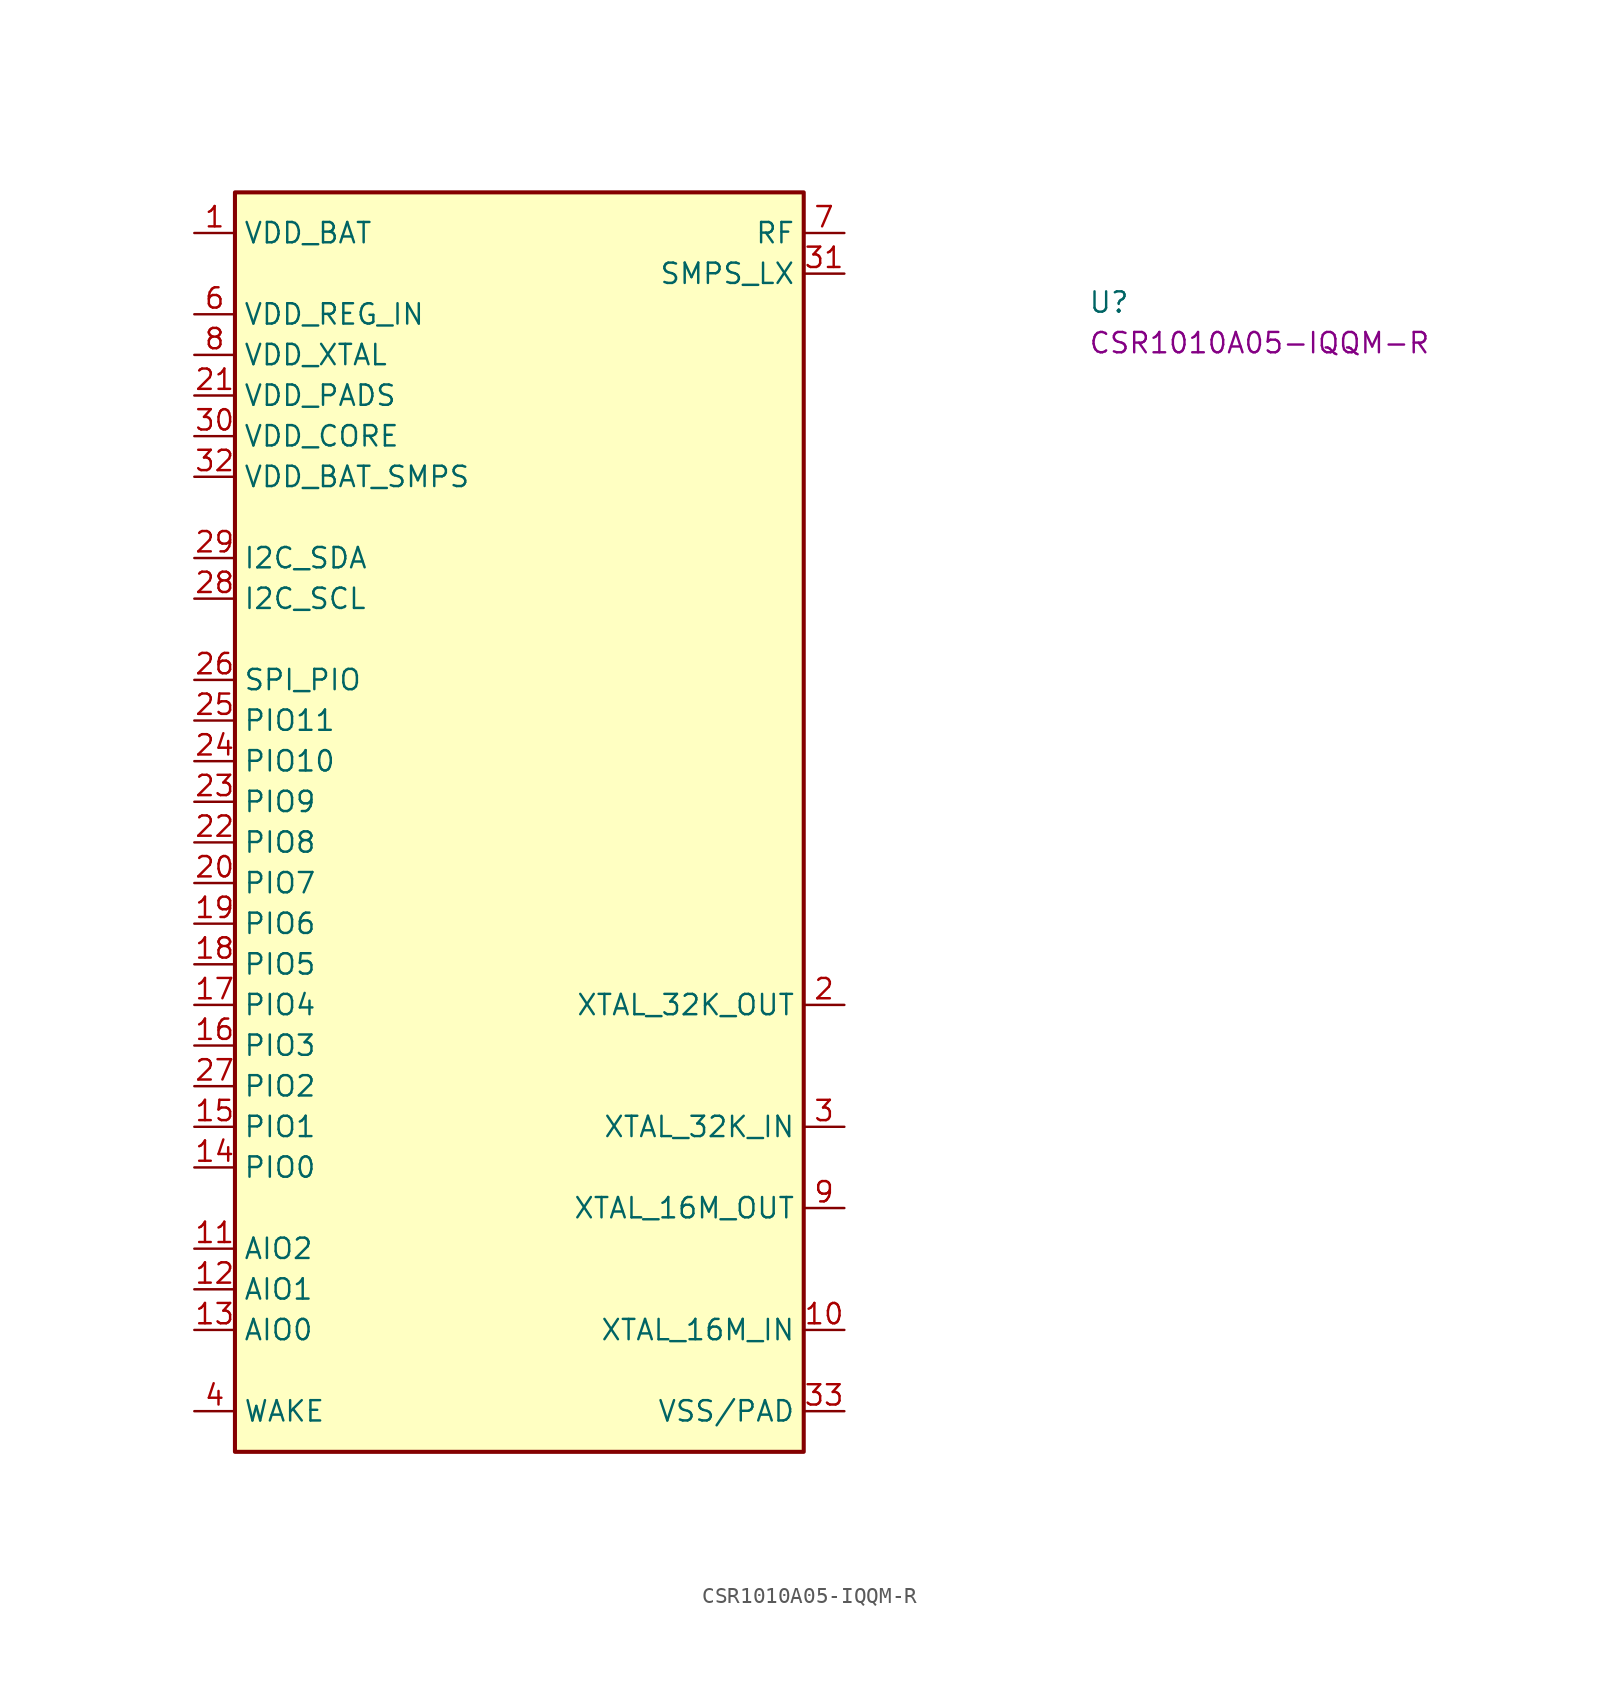
<source format=kicad_sym>
(kicad_symbol_lib
  (version 20220914)
  (generator kicad_symbol_editor)
  (symbol "CSR1010A05-IQQM-R"
    (property "Reference" "U"
      (at 55.88 -5.08 0)
      (effects (font (size 1.27 1.27) (thickness 0.15)) (justify left bottom)))
    (property "MPN" "CSR1010A05-IQQM-R"
      (at 55.88 -7.62 0)
      (effects (font (size 1.27 1.27) (thickness 0.15)) (justify left bottom)))
    (symbol "CSR1010A05-IQQM-R_1_1"
      (rectangle (start 2.54 2.54) (end 38.1 -76.2) (stroke (width 0.254) (type default)) (fill (type background)))
      (pin power_in line (at 0 0 0) (length 2.54) (name "VDD_BAT" (effects (font (size 1.27 1.27)))) (number "1" (effects (font (size 1.27 1.27)))))
      (pin input line (at 40.64 -68.58 180) (length 2.54) (name "XTAL_16M_IN" (effects (font (size 1.27 1.27)))) (number "10" (effects (font (size 1.27 1.27)))))
      (pin bidirectional line (at 0 -63.5 0) (length 2.54) (name "AIO2" (effects (font (size 1.27 1.27)))) (number "11" (effects (font (size 1.27 1.27)))))
      (pin bidirectional line (at 0 -66.04 0) (length 2.54) (name "AIO1" (effects (font (size 1.27 1.27)))) (number "12" (effects (font (size 1.27 1.27)))))
      (pin bidirectional line (at 0 -68.58 0) (length 2.54) (name "AIO0" (effects (font (size 1.27 1.27)))) (number "13" (effects (font (size 1.27 1.27)))))
      (pin bidirectional line (at 0 -58.42 0) (length 2.54) (name "PIO0" (effects (font (size 1.27 1.27)))) (number "14" (effects (font (size 1.27 1.27)))))
      (pin bidirectional line (at 0 -55.88 0) (length 2.54) (name "PIO1" (effects (font (size 1.27 1.27)))) (number "15" (effects (font (size 1.27 1.27)))))
      (pin bidirectional line (at 0 -50.8 0) (length 2.54) (name "PIO3" (effects (font (size 1.27 1.27)))) (number "16" (effects (font (size 1.27 1.27)))))
      (pin bidirectional line (at 0 -48.26 0) (length 2.54) (name "PIO4" (effects (font (size 1.27 1.27)))) (number "17" (effects (font (size 1.27 1.27)))))
      (pin bidirectional line (at 0 -45.72 0) (length 2.54) (name "PIO5" (effects (font (size 1.27 1.27)))) (number "18" (effects (font (size 1.27 1.27)))))
      (pin bidirectional line (at 0 -43.18 0) (length 2.54) (name "PIO6" (effects (font (size 1.27 1.27)))) (number "19" (effects (font (size 1.27 1.27)))))
      (pin input line (at 40.64 -48.26 180) (length 2.54) (name "XTAL_32K_OUT" (effects (font (size 1.27 1.27)))) (number "2" (effects (font (size 1.27 1.27)))))
      (pin bidirectional line (at 0 -40.64 0) (length 2.54) (name "PIO7" (effects (font (size 1.27 1.27)))) (number "20" (effects (font (size 1.27 1.27)))))
      (pin power_in line (at 0 -10.16 0) (length 2.54) (name "VDD_PADS" (effects (font (size 1.27 1.27)))) (number "21" (effects (font (size 1.27 1.27)))))
      (pin bidirectional line (at 0 -38.1 0) (length 2.54) (name "PIO8" (effects (font (size 1.27 1.27)))) (number "22" (effects (font (size 1.27 1.27)))))
      (pin bidirectional line (at 0 -35.56 0) (length 2.54) (name "PIO9" (effects (font (size 1.27 1.27)))) (number "23" (effects (font (size 1.27 1.27)))))
      (pin bidirectional line (at 0 -33.02 0) (length 2.54) (name "PIO10" (effects (font (size 1.27 1.27)))) (number "24" (effects (font (size 1.27 1.27)))))
      (pin bidirectional line (at 0 -30.48 0) (length 2.54) (name "PIO11" (effects (font (size 1.27 1.27)))) (number "25" (effects (font (size 1.27 1.27)))))
      (pin bidirectional line (at 0 -27.94 0) (length 2.54) (name "SPI_PIO" (effects (font (size 1.27 1.27)))) (number "26" (effects (font (size 1.27 1.27)))))
      (pin bidirectional line (at 0 -53.34 0) (length 2.54) (name "PIO2" (effects (font (size 1.27 1.27)))) (number "27" (effects (font (size 1.27 1.27)))))
      (pin bidirectional line (at 0 -22.86 0) (length 2.54) (name "I2C_SCL" (effects (font (size 1.27 1.27)))) (number "28" (effects (font (size 1.27 1.27)))))
      (pin bidirectional line (at 0 -20.32 0) (length 2.54) (name "I2C_SDA" (effects (font (size 1.27 1.27)))) (number "29" (effects (font (size 1.27 1.27)))))
      (pin input line (at 40.64 -55.88 180) (length 2.54) (name "XTAL_32K_IN" (effects (font (size 1.27 1.27)))) (number "3" (effects (font (size 1.27 1.27)))))
      (pin power_in line (at 0 -12.7 0) (length 2.54) (name "VDD_CORE" (effects (font (size 1.27 1.27)))) (number "30" (effects (font (size 1.27 1.27)))))
      (pin output line (at 40.64 -2.54 180) (length 2.54) (name "SMPS_LX" (effects (font (size 1.27 1.27)))) (number "31" (effects (font (size 1.27 1.27)))))
      (pin power_in line (at 0 -15.24 0) (length 2.54) (name "VDD_BAT_SMPS" (effects (font (size 1.27 1.27)))) (number "32" (effects (font (size 1.27 1.27)))))
      (pin power_in line (at 40.64 -73.66 180) (length 2.54) (name "VSS/PAD" (effects (font (size 1.27 1.27)))) (number "33" (effects (font (size 1.27 1.27)))))
      (pin input line (at 0 -73.66 0) (length 2.54) (name "WAKE" (effects (font (size 1.27 1.27)))) (number "4" (effects (font (size 1.27 1.27)))))
      (pin passive line (at 0 -12.7 0) (length 2.54) hide (name "VDD_CORE" (effects (font (size 1.27 1.27)))) (number "5" (effects (font (size 1.27 1.27)))))
      (pin power_in line (at 0 -5.08 0) (length 2.54) (name "VDD_REG_IN" (effects (font (size 1.27 1.27)))) (number "6" (effects (font (size 1.27 1.27)))))
      (pin output line (at 40.64 0 180) (length 2.54) (name "RF" (effects (font (size 1.27 1.27)))) (number "7" (effects (font (size 1.27 1.27)))))
      (pin power_in line (at 0 -7.62 0) (length 2.54) (name "VDD_XTAL" (effects (font (size 1.27 1.27)))) (number "8" (effects (font (size 1.27 1.27)))))
      (pin input line (at 40.64 -60.96 180) (length 2.54) (name "XTAL_16M_OUT" (effects (font (size 1.27 1.27)))) (number "9" (effects (font (size 1.27 1.27))))))))
</source>
